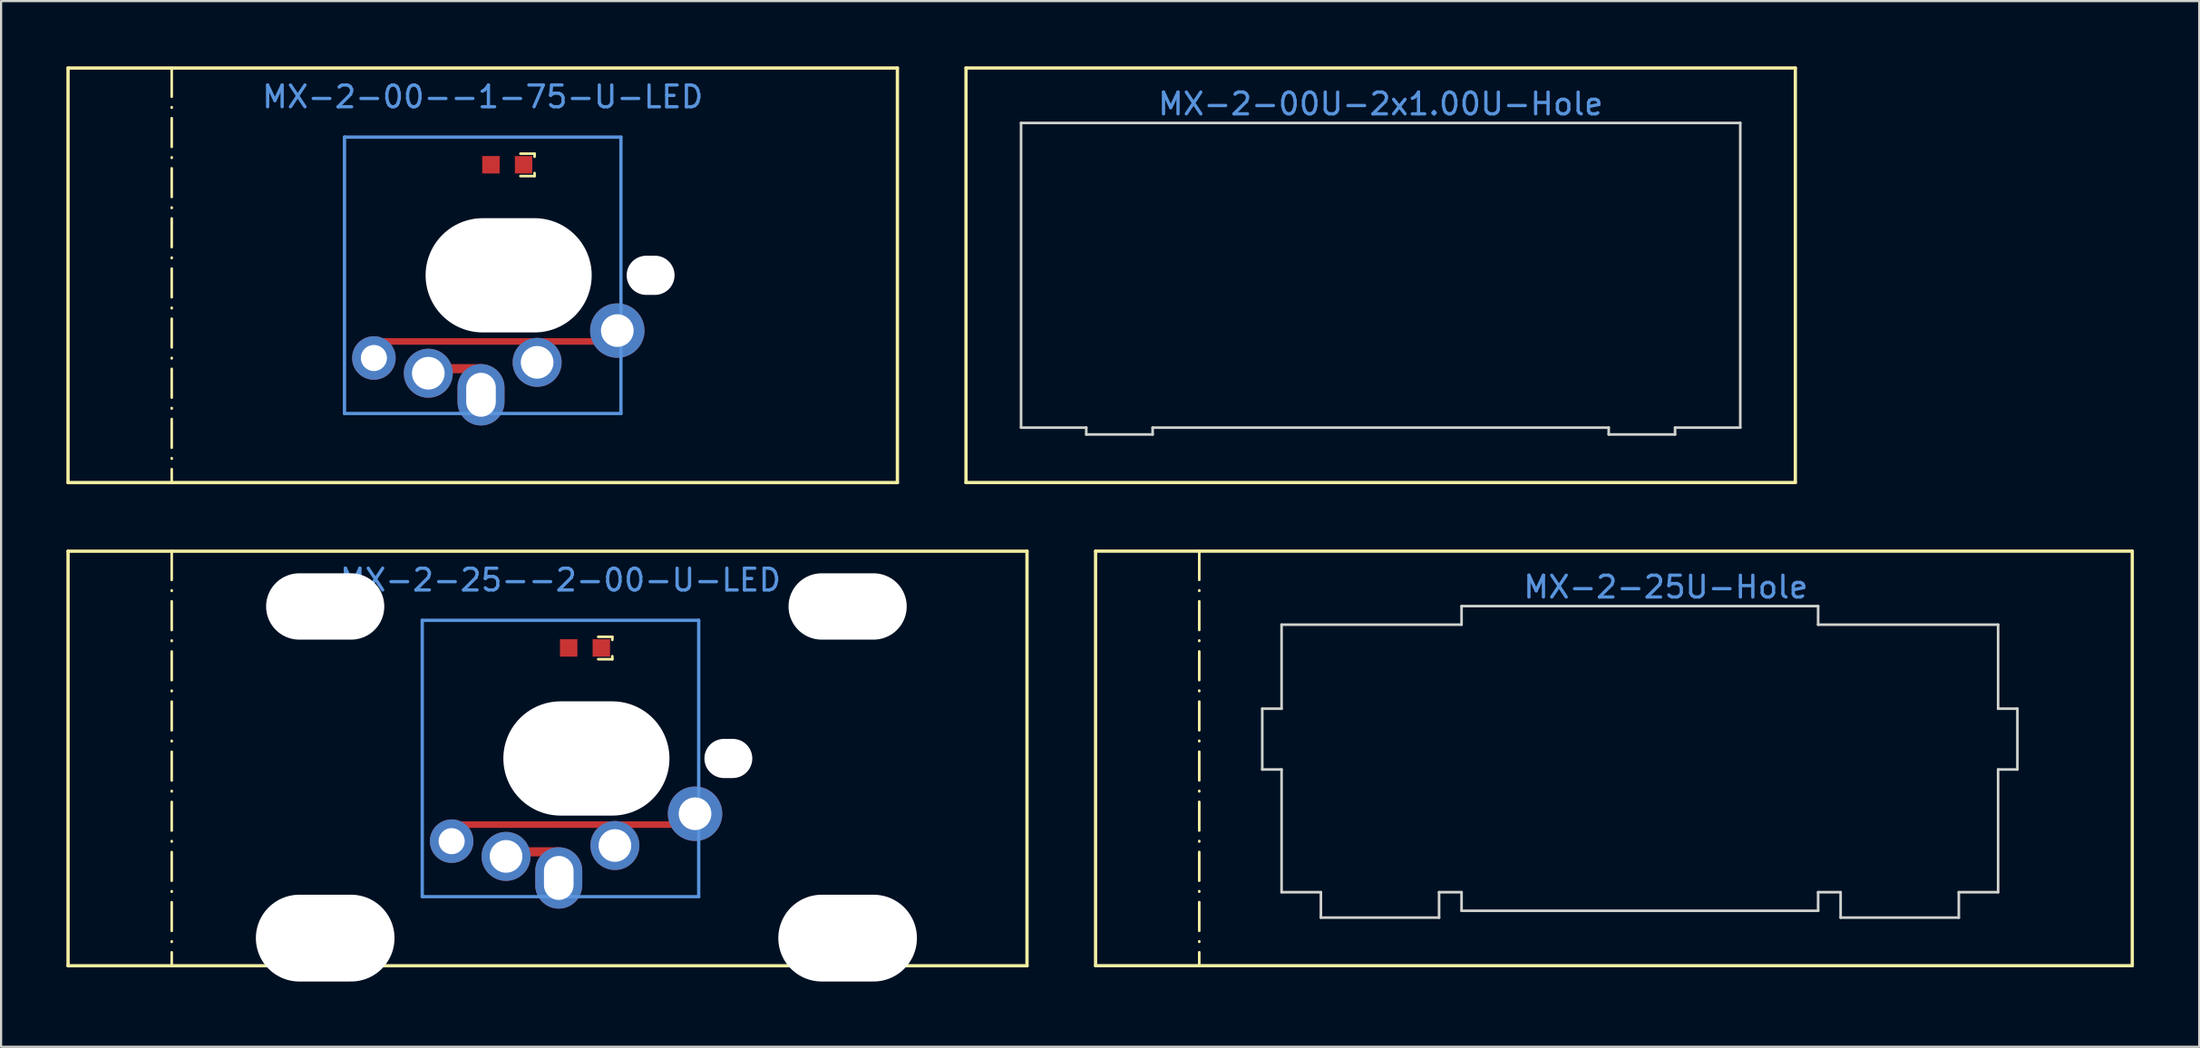
<source format=kicad_pcb>
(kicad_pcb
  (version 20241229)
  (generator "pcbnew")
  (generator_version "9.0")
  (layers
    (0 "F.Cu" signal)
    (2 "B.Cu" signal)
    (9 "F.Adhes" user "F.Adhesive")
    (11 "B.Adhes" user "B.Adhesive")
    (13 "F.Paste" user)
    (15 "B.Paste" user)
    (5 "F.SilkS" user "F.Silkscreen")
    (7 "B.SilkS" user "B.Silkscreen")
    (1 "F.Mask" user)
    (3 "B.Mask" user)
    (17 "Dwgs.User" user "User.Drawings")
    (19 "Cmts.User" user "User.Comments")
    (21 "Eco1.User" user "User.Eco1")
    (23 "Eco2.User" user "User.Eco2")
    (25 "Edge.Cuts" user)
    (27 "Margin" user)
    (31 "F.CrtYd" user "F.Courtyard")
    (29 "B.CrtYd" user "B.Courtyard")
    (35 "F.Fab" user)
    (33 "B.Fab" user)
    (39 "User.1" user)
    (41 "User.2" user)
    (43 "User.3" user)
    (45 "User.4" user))
  (footprint "MX-2-25--2-00-U-LED"
    (layer "F.Cu")
    (at 23.889 26.724)
    (property "Reference" "MX-2-25--2-00-U-LED" (at -1.191 -3.12 0) (layer "Cmts.User") (effects (font (size 1 1) (thickness 0.15))))
    (fp_line (start -23.812 -4.445) (end 20.241 -4.445) (stroke (width 0.152) (type solid)) (layer "F.SilkS"))
    (fp_line (start -23.812 14.605) (end -23.812 -4.445) (stroke (width 0.152) (type solid)) (layer "F.SilkS"))
    (fp_line (start -19.05 -4.445) (end -19.05 14.605) (stroke (width 0.12) (type dash_dot)) (layer "F.SilkS"))
    (fp_line (start 0.541 -0.51) (end 1.191 -0.51) (stroke (width 0.12) (type solid)) (layer "F.SilkS"))
    (fp_line (start 0.541 0.52) (end 1.191 0.52) (stroke (width 0.12) (type solid)) (layer "F.SilkS"))
    (fp_line (start 1.191 -0.51) (end 1.191 -0.37) (stroke (width 0.12) (type solid)) (layer "F.SilkS"))
    (fp_line (start 1.191 0.52) (end 1.191 0.38) (stroke (width 0.12) (type solid)) (layer "F.SilkS"))
    (fp_line (start 20.241 -4.445) (end 20.241 14.605) (stroke (width 0.152) (type solid)) (layer "F.SilkS"))
    (fp_line (start 20.241 14.605) (end -23.812 14.605) (stroke (width 0.152) (type solid)) (layer "F.SilkS"))
    (fp_line (start -7.541 -1.27) (end 5.159 -1.27) (stroke (width 0.152) (type solid)) (layer "Cmts.User"))
    (fp_line (start -7.541 11.43) (end -7.541 -1.27) (stroke (width 0.152) (type solid)) (layer "Cmts.User"))
    (fp_line (start 5.159 -1.27) (end 5.159 11.43) (stroke (width 0.152) (type solid)) (layer "Cmts.User"))
    (fp_line (start 5.159 11.43) (end -7.541 11.43) (stroke (width 0.152) (type solid)) (layer "Cmts.User"))
    (pad "" np_thru_hole oval (at -12 -1.905 180) (size 5.429 3.048) (drill oval 5.429 3.048) (layers "*.Cu" "*.Mask"))
    (pad "" np_thru_hole oval (at -12 13.335 180) (size 6.369 3.988) (drill oval 6.369 3.988) (layers "*.Cu" "*.Mask"))
    (pad "" np_thru_hole oval (at 0 5.08 180) (size 7.631 5.25) (drill oval 7.631 5.25) (layers "*.Cu" "*.Mask"))
    (pad "" np_thru_hole oval (at 6.521 5.08 270) (size 1.8 2.2) (drill oval 1.8 2.2) (layers "*.Cu" "*.Mask"))
    (pad "" np_thru_hole oval (at 12 -1.905 180) (size 5.429 3.048) (drill oval 5.429 3.048) (layers "*.Cu" "*.Mask"))
    (pad "" np_thru_hole oval (at 12 13.335 180) (size 6.369 3.988) (drill oval 6.369 3.988) (layers "*.Cu" "*.Mask"))
    (pad "1" thru_hole circle (at -6.191 8.88 270) (size 2 2) (drill 1.2) (layers "*.Cu" "*.Mask"))
    (pad "1" smd rect (at -0.88 8.12) (size 10.3 0.3) (layers "F.Cu" "F.Mask" "F.Paste"))
    (pad "1" thru_hole circle (at 1.309 9.08 90) (size 2.25 2.25) (drill 1.5) (layers "*.Cu" "*.Mask"))
    (pad "1" thru_hole circle (at 4.991 7.62 90) (size 2.5 2.5) (drill 1.5) (layers "*.Cu" "*.Mask"))
    (pad "2" thru_hole circle (at -3.691 9.58 90) (size 2.25 2.25) (drill 1.5) (layers "*.Cu" "*.Mask"))
    (pad "2" smd rect (at -2.095 9.369) (size 1.65 0.418) (layers "F.Cu" "F.Mask" "F.Paste"))
    (pad "2" thru_hole oval (at -1.27 10.57) (size 2.159 2.82) (drill oval 1.359 2.02) (layers "*.Cu" "*.Mask"))
    (pad "3" smd rect (at 0.686 0 90) (size 0.8 0.8) (layers "F.Cu" "F.Mask" "F.Paste"))
    (pad "4" smd rect (at -0.814 0 90) (size 0.8 0.8) (layers "F.Cu" "F.Mask" "F.Paste")))
  (footprint "MX-2-25U-Hole"
    (layer "F.Cu")
    (at 73.474 31.802)
    (property "Reference" "MX-2-25U-Hole" (at 0 -7.874 0) (layer "Cmts.User") (effects (font (size 1 1) (thickness 0.15))))
    (attr through_hole)
    (fp_line (start -26.194 -9.525) (end 21.431 -9.525) (stroke (width 0.15) (type solid)) (layer "F.SilkS"))
    (fp_line (start -26.194 9.525) (end -26.194 -9.525) (stroke (width 0.15) (type solid)) (layer "F.SilkS"))
    (fp_line (start -21.431 -9.525) (end -21.431 9.525) (stroke (width 0.12) (type dash_dot)) (layer "F.SilkS"))
    (fp_line (start 21.431 -9.525) (end 21.431 9.525) (stroke (width 0.15) (type solid)) (layer "F.SilkS"))
    (fp_line (start 21.431 9.525) (end -26.194 9.525) (stroke (width 0.15) (type solid)) (layer "F.SilkS"))
    (fp_line (start -18.536 -2.286) (end -18.536 0.508) (stroke (width 0.12) (type solid)) (layer "Edge.Cuts"))
    (fp_line (start -17.649 -6.147) (end -17.649 -2.286) (stroke (width 0.12) (type solid)) (layer "Edge.Cuts"))
    (fp_line (start -17.649 -2.286) (end -18.536 -2.286) (stroke (width 0.12) (type solid)) (layer "Edge.Cuts"))
    (fp_line (start -17.649 0.508) (end -18.536 0.508) (stroke (width 0.12) (type solid)) (layer "Edge.Cuts"))
    (fp_line (start -17.649 0.508) (end -17.649 6.147) (stroke (width 0.12) (type solid)) (layer "Edge.Cuts"))
    (fp_line (start -15.843 6.147) (end -17.649 6.147) (stroke (width 0.12) (type solid)) (layer "Edge.Cuts"))
    (fp_line (start -15.843 6.147) (end -15.843 7.315) (stroke (width 0.12) (type solid)) (layer "Edge.Cuts"))
    (fp_line (start -10.414 6.147) (end -10.414 7.315) (stroke (width 0.12) (type solid)) (layer "Edge.Cuts"))
    (fp_line (start -10.414 7.315) (end -15.843 7.315) (stroke (width 0.12) (type solid)) (layer "Edge.Cuts"))
    (fp_line (start -9.381 -7) (end -9.381 -6.147) (stroke (width 0.12) (type solid)) (layer "Edge.Cuts"))
    (fp_line (start -9.381 -7) (end 7 -7) (stroke (width 0.12) (type solid)) (layer "Edge.Cuts"))
    (fp_line (start -9.381 -6.147) (end -17.649 -6.147) (stroke (width 0.12) (type solid)) (layer "Edge.Cuts"))
    (fp_line (start -9.381 6.147) (end -10.414 6.147) (stroke (width 0.12) (type solid)) (layer "Edge.Cuts"))
    (fp_line (start -9.381 7) (end -9.381 6.147) (stroke (width 0.12) (type solid)) (layer "Edge.Cuts"))
    (fp_line (start -9.381 7) (end 7 7) (stroke (width 0.12) (type solid)) (layer "Edge.Cuts"))
    (fp_line (start 7 -7) (end 7 -6.147) (stroke (width 0.12) (type solid)) (layer "Edge.Cuts"))
    (fp_line (start 7 -6.147) (end 15.268 -6.147) (stroke (width 0.12) (type solid)) (layer "Edge.Cuts"))
    (fp_line (start 7 6.147) (end 8.033 6.147) (stroke (width 0.12) (type solid)) (layer "Edge.Cuts"))
    (fp_line (start 7 7) (end 7 6.147) (stroke (width 0.12) (type solid)) (layer "Edge.Cuts"))
    (fp_line (start 8.033 6.147) (end 8.033 7.315) (stroke (width 0.12) (type solid)) (layer "Edge.Cuts"))
    (fp_line (start 8.033 7.315) (end 13.462 7.315) (stroke (width 0.12) (type solid)) (layer "Edge.Cuts"))
    (fp_line (start 13.462 6.147) (end 13.462 7.315) (stroke (width 0.12) (type solid)) (layer "Edge.Cuts"))
    (fp_line (start 13.462 6.147) (end 15.268 6.147) (stroke (width 0.12) (type solid)) (layer "Edge.Cuts"))
    (fp_line (start 15.268 -6.147) (end 15.268 -2.286) (stroke (width 0.12) (type solid)) (layer "Edge.Cuts"))
    (fp_line (start 15.268 -2.286) (end 16.154 -2.286) (stroke (width 0.12) (type solid)) (layer "Edge.Cuts"))
    (fp_line (start 15.268 0.508) (end 15.268 6.147) (stroke (width 0.12) (type solid)) (layer "Edge.Cuts"))
    (fp_line (start 15.268 0.508) (end 16.154 0.508) (stroke (width 0.12) (type solid)) (layer "Edge.Cuts"))
    (fp_line (start 16.154 -2.286) (end 16.154 0.508) (stroke (width 0.12) (type solid)) (layer "Edge.Cuts")))
  (footprint "MX-2-00U-2x1.00U-Hole"
    (layer "F.Cu")
    (at 60.377 9.6)
    (property "Reference" "MX-2-00U-2x1.00U-Hole" (at 0 -7.874 0) (layer "Cmts.User") (effects (font (size 1 1) (thickness 0.15))))
    (attr through_hole)
    (fp_line (start -19.05 -9.525) (end 19.05 -9.525) (stroke (width 0.15) (type solid)) (layer "F.SilkS"))
    (fp_line (start -19.05 9.525) (end -19.05 -9.525) (stroke (width 0.15) (type solid)) (layer "F.SilkS"))
    (fp_line (start 19.05 -9.525) (end 19.05 9.525) (stroke (width 0.15) (type solid)) (layer "F.SilkS"))
    (fp_line (start 19.05 9.525) (end -19.05 9.525) (stroke (width 0.15) (type solid)) (layer "F.SilkS"))
    (fp_line (start -16.52 -7) (end -16.52 7) (stroke (width 0.12) (type solid)) (layer "Edge.Cuts"))
    (fp_line (start -16.52 -7) (end 16.52 -7) (stroke (width 0.12) (type solid)) (layer "Edge.Cuts"))
    (fp_line (start -16.52 7) (end -13.524 7) (stroke (width 0.12) (type solid)) (layer "Edge.Cuts"))
    (fp_line (start -13.524 7) (end -13.524 7.315) (stroke (width 0.12) (type solid)) (layer "Edge.Cuts"))
    (fp_line (start -10.476 7) (end -10.476 7.315) (stroke (width 0.12) (type solid)) (layer "Edge.Cuts"))
    (fp_line (start -10.476 7) (end 10.476 7) (stroke (width 0.12) (type solid)) (layer "Edge.Cuts"))
    (fp_line (start -10.476 7.315) (end -13.524 7.315) (stroke (width 0.12) (type solid)) (layer "Edge.Cuts"))
    (fp_line (start 10.476 7) (end 10.476 7.315) (stroke (width 0.12) (type solid)) (layer "Edge.Cuts"))
    (fp_line (start 10.476 7.315) (end 13.524 7.315) (stroke (width 0.12) (type solid)) (layer "Edge.Cuts"))
    (fp_line (start 13.524 7) (end 13.524 7.315) (stroke (width 0.12) (type solid)) (layer "Edge.Cuts"))
    (fp_line (start 13.524 7) (end 16.52 7) (stroke (width 0.12) (type solid)) (layer "Edge.Cuts"))
    (fp_line (start 16.52 -7) (end 16.52 7) (stroke (width 0.12) (type solid)) (layer "Edge.Cuts")))
  (footprint "MX-2-00--1-75-U-LED"
    (layer "F.Cu")
    (at 20.317 4.521)
    (property "Reference" "MX-2-00--1-75-U-LED" (at -1.191 -3.12 0) (layer "Cmts.User") (effects (font (size 1 1) (thickness 0.15))))
    (fp_line (start -20.241 -4.445) (end 17.859 -4.445) (stroke (width 0.152) (type solid)) (layer "F.SilkS"))
    (fp_line (start -20.241 14.605) (end -20.241 -4.445) (stroke (width 0.152) (type solid)) (layer "F.SilkS"))
    (fp_line (start -15.478 -4.445) (end -15.478 14.605) (stroke (width 0.12) (type dash_dot)) (layer "F.SilkS"))
    (fp_line (start 0.541 -0.51) (end 1.191 -0.51) (stroke (width 0.12) (type solid)) (layer "F.SilkS"))
    (fp_line (start 0.541 0.52) (end 1.191 0.52) (stroke (width 0.12) (type solid)) (layer "F.SilkS"))
    (fp_line (start 1.191 -0.51) (end 1.191 -0.37) (stroke (width 0.12) (type solid)) (layer "F.SilkS"))
    (fp_line (start 1.191 0.52) (end 1.191 0.38) (stroke (width 0.12) (type solid)) (layer "F.SilkS"))
    (fp_line (start 17.859 -4.445) (end 17.859 14.605) (stroke (width 0.152) (type solid)) (layer "F.SilkS"))
    (fp_line (start 17.859 14.605) (end -20.241 14.605) (stroke (width 0.152) (type solid)) (layer "F.SilkS"))
    (fp_line (start -7.541 -1.27) (end 5.159 -1.27) (stroke (width 0.152) (type solid)) (layer "Cmts.User"))
    (fp_line (start -7.541 11.43) (end -7.541 -1.27) (stroke (width 0.152) (type solid)) (layer "Cmts.User"))
    (fp_line (start 5.159 -1.27) (end 5.159 11.43) (stroke (width 0.152) (type solid)) (layer "Cmts.User"))
    (fp_line (start 5.159 11.43) (end -7.541 11.43) (stroke (width 0.152) (type solid)) (layer "Cmts.User"))
    (pad "" np_thru_hole oval (at 0 5.08 180) (size 7.631 5.25) (drill oval 7.631 5.25) (layers "*.Cu" "*.Mask"))
    (pad "" np_thru_hole oval (at 6.521 5.08 270) (size 1.8 2.2) (drill oval 1.8 2.2) (layers "*.Cu" "*.Mask"))
    (pad "1" thru_hole circle (at -6.191 8.88 270) (size 2 2) (drill 1.2) (layers "*.Cu" "*.Mask"))
    (pad "1" smd rect (at -0.88 8.12) (size 10.3 0.3) (layers "F.Cu" "F.Mask" "F.Paste"))
    (pad "1" thru_hole circle (at 1.309 9.08 90) (size 2.25 2.25) (drill 1.5) (layers "*.Cu" "*.Mask"))
    (pad "1" thru_hole circle (at 4.991 7.62 90) (size 2.5 2.5) (drill 1.5) (layers "*.Cu" "*.Mask"))
    (pad "2" thru_hole circle (at -3.691 9.58 90) (size 2.25 2.25) (drill 1.5) (layers "*.Cu" "*.Mask"))
    (pad "2" smd rect (at -2.095 9.369) (size 1.65 0.418) (layers "F.Cu" "F.Mask" "F.Paste"))
    (pad "2" thru_hole oval (at -1.27 10.57) (size 2.159 2.82) (drill oval 1.359 2.02) (layers "*.Cu" "*.Mask"))
    (pad "3" smd rect (at 0.686 0 90) (size 0.8 0.8) (layers "F.Cu" "F.Mask" "F.Paste"))
    (pad "4" smd rect (at -0.814 0 90) (size 0.8 0.8) (layers "F.Cu" "F.Mask" "F.Paste")))
  (gr_rect
    (start -3 -3)
    (end 97.981 45.053)
    (stroke (width 0.1) (type default))
    (fill no)
    (layer "Edge.Cuts")))
</source>
